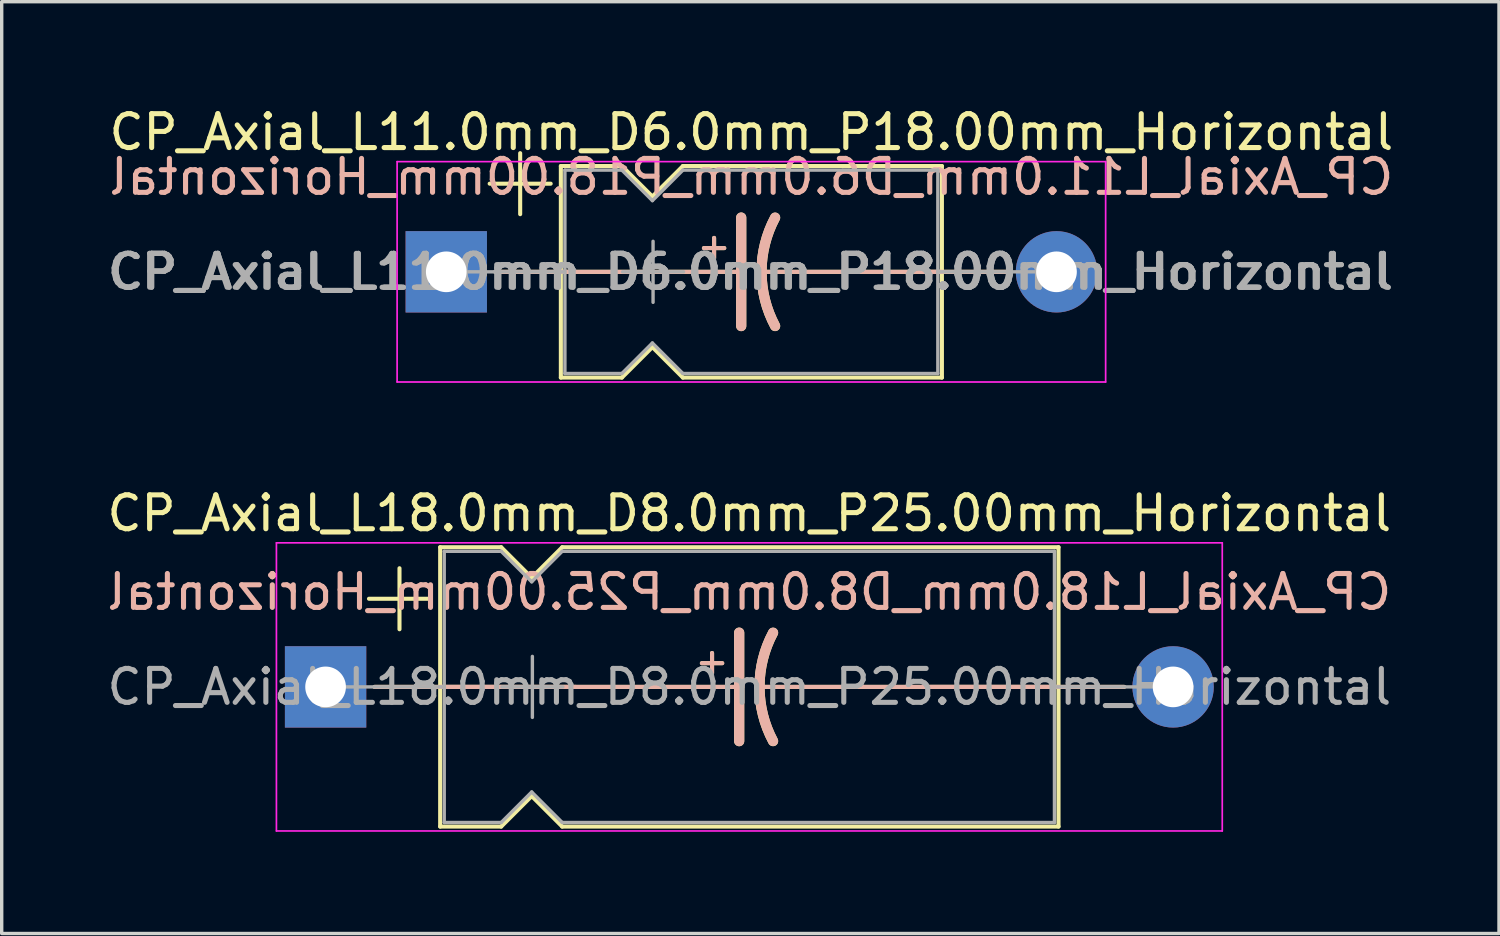
<source format=kicad_pcb>
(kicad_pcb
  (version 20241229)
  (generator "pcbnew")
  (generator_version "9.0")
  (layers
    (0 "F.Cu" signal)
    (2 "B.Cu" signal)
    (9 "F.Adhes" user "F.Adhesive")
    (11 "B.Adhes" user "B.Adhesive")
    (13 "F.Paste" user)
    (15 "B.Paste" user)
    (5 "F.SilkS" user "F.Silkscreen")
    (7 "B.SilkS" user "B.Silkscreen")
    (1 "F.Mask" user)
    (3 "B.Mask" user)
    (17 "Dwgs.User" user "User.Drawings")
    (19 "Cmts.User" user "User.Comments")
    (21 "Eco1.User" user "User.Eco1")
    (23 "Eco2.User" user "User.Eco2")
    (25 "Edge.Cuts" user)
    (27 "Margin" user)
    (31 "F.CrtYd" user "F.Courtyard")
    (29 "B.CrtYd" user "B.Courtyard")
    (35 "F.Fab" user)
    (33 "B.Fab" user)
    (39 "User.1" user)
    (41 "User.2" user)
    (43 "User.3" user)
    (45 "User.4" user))
  (footprint "CP_Axial_L11.0mm_D6.0mm_P18.00mm_Horizontal"
    (layer "F.Cu")
    (at 10.114 4.968)
    (property "Reference" "CP_Axial_L11.0mm_D6.0mm_P18.00mm_Horizontal" (at 9 -4.12 0) (layer "F.SilkS") (effects (font (size 1 1) (thickness 0.15))))
    (fp_line (start 1.28 -2.6) (end 3.08 -2.6) (stroke (width 0.12) (type solid)) (layer "F.SilkS"))
    (fp_line (start 1.44 0) (end 3.38 0) (stroke (width 0.12) (type solid)) (layer "F.SilkS"))
    (fp_line (start 2.18 -3.5) (end 2.18 -1.7) (stroke (width 0.12) (type solid)) (layer "F.SilkS"))
    (fp_line (start 3.38 -3.12) (end 3.38 3.12) (stroke (width 0.12) (type solid)) (layer "F.SilkS"))
    (fp_line (start 3.38 -3.12) (end 5.18 -3.12) (stroke (width 0.12) (type solid)) (layer "F.SilkS"))
    (fp_line (start 3.38 0) (end 8.7 0) (stroke (width 0.12) (type solid)) (layer "F.SilkS"))
    (fp_line (start 3.38 3.12) (end 5.18 3.12) (stroke (width 0.12) (type solid)) (layer "F.SilkS"))
    (fp_line (start 5.18 -3.12) (end 6.08 -2.22) (stroke (width 0.12) (type solid)) (layer "F.SilkS"))
    (fp_line (start 5.18 3.12) (end 6.08 2.22) (stroke (width 0.12) (type solid)) (layer "F.SilkS"))
    (fp_line (start 6.08 -2.22) (end 6.98 -3.12) (stroke (width 0.12) (type solid)) (layer "F.SilkS"))
    (fp_line (start 6.08 2.22) (end 6.98 3.12) (stroke (width 0.12) (type solid)) (layer "F.SilkS"))
    (fp_line (start 6.98 -3.12) (end 14.62 -3.12) (stroke (width 0.12) (type solid)) (layer "F.SilkS"))
    (fp_line (start 6.98 3.12) (end 14.62 3.12) (stroke (width 0.12) (type solid)) (layer "F.SilkS"))
    (fp_line (start 7.6 -0.7) (end 8.2 -0.7) (stroke (width 0.12) (type solid)) (layer "F.SilkS"))
    (fp_line (start 7.9 -1) (end 7.9 -0.4) (stroke (width 0.12) (type solid)) (layer "F.SilkS"))
    (fp_line (start 8.7 0) (end 8.7 -1.6) (stroke (width 0.3) (type solid)) (layer "F.SilkS"))
    (fp_line (start 8.7 0) (end 8.7 1.6) (stroke (width 0.3) (type solid)) (layer "F.SilkS"))
    (fp_line (start 14.62 -3.12) (end 14.62 3.12) (stroke (width 0.12) (type solid)) (layer "F.SilkS"))
    (fp_line (start 14.62 0) (end 9.3 0) (stroke (width 0.12) (type solid)) (layer "F.SilkS"))
    (fp_line (start 16.56 0) (end 14.62 0) (stroke (width 0.12) (type solid)) (layer "F.SilkS"))
    (fp_arc (start 9.3 0) (mid 9.401652 -0.822725) (end 9.7 -1.596157) (stroke (width 0.3) (type solid)) (layer "F.SilkS"))
    (fp_arc (start 9.7 1.6) (mid 9.400523 0.82487) (end 9.3 0) (stroke (width 0.3) (type solid)) (layer "F.SilkS"))
    (fp_line (start 1.45 0) (end 3.83 0) (stroke (width 0.12) (type solid)) (layer "B.SilkS"))
    (fp_line (start 3.38 0) (end 8.7 0) (stroke (width 0.12) (type solid)) (layer "B.SilkS"))
    (fp_line (start 7.6 -0.7) (end 8.2 -0.7) (stroke (width 0.12) (type solid)) (layer "B.SilkS"))
    (fp_line (start 7.9 -0.4) (end 7.9 -1) (stroke (width 0.12) (type solid)) (layer "B.SilkS"))
    (fp_line (start 8.7 0) (end 8.7 -1.6) (stroke (width 0.3) (type solid)) (layer "B.SilkS"))
    (fp_line (start 8.7 0) (end 8.7 1.6) (stroke (width 0.3) (type solid)) (layer "B.SilkS"))
    (fp_line (start 14.62 0) (end 9.3 0) (stroke (width 0.12) (type solid)) (layer "B.SilkS"))
    (fp_line (start 16.55 0) (end 14.07 0) (stroke (width 0.12) (type solid)) (layer "B.SilkS"))
    (fp_arc (start 9.3 0) (mid 9.400512 -0.824873) (end 9.7 -1.6) (stroke (width 0.3) (type solid)) (layer "B.SilkS"))
    (fp_arc (start 9.7 1.596157) (mid 9.401652 0.822725) (end 9.3 0) (stroke (width 0.3) (type solid)) (layer "B.SilkS"))
    (fp_line (start -1.45 -3.25) (end -1.45 3.25) (stroke (width 0.05) (type solid)) (layer "F.CrtYd"))
    (fp_line (start -1.45 3.25) (end 19.45 3.25) (stroke (width 0.05) (type solid)) (layer "F.CrtYd"))
    (fp_line (start 19.45 -3.25) (end -1.45 -3.25) (stroke (width 0.05) (type solid)) (layer "F.CrtYd"))
    (fp_line (start 19.45 3.25) (end 19.45 -3.25) (stroke (width 0.05) (type solid)) (layer "F.CrtYd"))
    (fp_line (start 0 0) (end 3.5 0) (stroke (width 0.1) (type solid)) (layer "F.Fab"))
    (fp_line (start 3.5 -3) (end 3.5 3) (stroke (width 0.1) (type solid)) (layer "F.Fab"))
    (fp_line (start 3.5 -3) (end 5.18 -3) (stroke (width 0.1) (type solid)) (layer "F.Fab"))
    (fp_line (start 3.5 3) (end 5.18 3) (stroke (width 0.1) (type solid)) (layer "F.Fab"))
    (fp_line (start 5.18 -3) (end 6.08 -2.1) (stroke (width 0.1) (type solid)) (layer "F.Fab"))
    (fp_line (start 5.18 3) (end 6.08 2.1) (stroke (width 0.1) (type solid)) (layer "F.Fab"))
    (fp_line (start 5.2 0) (end 7 0) (stroke (width 0.1) (type solid)) (layer "F.Fab"))
    (fp_line (start 6.08 -2.1) (end 6.98 -3) (stroke (width 0.1) (type solid)) (layer "F.Fab"))
    (fp_line (start 6.08 2.1) (end 6.98 3) (stroke (width 0.1) (type solid)) (layer "F.Fab"))
    (fp_line (start 6.1 -0.9) (end 6.1 0.9) (stroke (width 0.1) (type solid)) (layer "F.Fab"))
    (fp_line (start 6.98 -3) (end 14.5 -3) (stroke (width 0.1) (type solid)) (layer "F.Fab"))
    (fp_line (start 6.98 3) (end 14.5 3) (stroke (width 0.1) (type solid)) (layer "F.Fab"))
    (fp_line (start 14.5 -3) (end 14.5 3) (stroke (width 0.1) (type solid)) (layer "F.Fab"))
    (fp_line (start 18 0) (end 14.5 0) (stroke (width 0.1) (type solid)) (layer "F.Fab"))
    (fp_text user "${REFERENCE}" (at 9 -2.8 0) (layer "B.SilkS") (effects (font (size 1 1) (thickness 0.15)) (justify mirror)))
    (fp_text user "${REFERENCE}" (at 9 0 0) (layer "F.Fab") (effects (font (size 1 1) (thickness 0.15))))
    (fp_text user "${REFERENCE}" (at 8.94 0 0) (layer "F.Fab") (effects (font (size 1 1) (thickness 0.15))))
    (fp_text user "${REFERENCE}" (at 9 0 0) (layer "F.Fab") (effects (font (size 1 1) (thickness 0.15))))
    (pad "1" thru_hole rect (at 0 0) (size 2.4 2.4) (drill 1.2) (layers "*.Cu" "*.Mask"))
    (pad "2" thru_hole oval (at 18 0) (size 2.4 2.4) (drill 1.2) (layers "*.Cu" "*.Mask")))
  (footprint "CP_Axial_L18.0mm_D8.0mm_P25.00mm_Horizontal"
    (layer "F.Cu")
    (at 6.554 17.212)
    (property "Reference" "CP_Axial_L18.0mm_D8.0mm_P25.00mm_Horizontal" (at 12.5 -5.12 0) (layer "F.SilkS") (effects (font (size 1 1) (thickness 0.15))))
    (fp_line (start 1.28 -2.6) (end 3.08 -2.6) (stroke (width 0.12) (type solid)) (layer "F.SilkS"))
    (fp_line (start 1.44 0) (end 3.38 0) (stroke (width 0.12) (type solid)) (layer "F.SilkS"))
    (fp_line (start 2.18 -3.5) (end 2.18 -1.7) (stroke (width 0.12) (type solid)) (layer "F.SilkS"))
    (fp_line (start 3.38 -4.12) (end 3.38 4.12) (stroke (width 0.12) (type solid)) (layer "F.SilkS"))
    (fp_line (start 3.38 -4.12) (end 5.18 -4.12) (stroke (width 0.12) (type solid)) (layer "F.SilkS"))
    (fp_line (start 3.38 0) (end 12.2 0) (stroke (width 0.12) (type solid)) (layer "F.SilkS"))
    (fp_line (start 3.38 4.12) (end 5.18 4.12) (stroke (width 0.12) (type solid)) (layer "F.SilkS"))
    (fp_line (start 5.18 -4.12) (end 6.08 -3.22) (stroke (width 0.12) (type solid)) (layer "F.SilkS"))
    (fp_line (start 5.18 4.12) (end 6.08 3.22) (stroke (width 0.12) (type solid)) (layer "F.SilkS"))
    (fp_line (start 6.08 -3.22) (end 6.98 -4.12) (stroke (width 0.12) (type solid)) (layer "F.SilkS"))
    (fp_line (start 6.08 3.22) (end 6.98 4.12) (stroke (width 0.12) (type solid)) (layer "F.SilkS"))
    (fp_line (start 6.98 -4.12) (end 21.62 -4.12) (stroke (width 0.12) (type solid)) (layer "F.SilkS"))
    (fp_line (start 6.98 4.12) (end 21.62 4.12) (stroke (width 0.12) (type solid)) (layer "F.SilkS"))
    (fp_line (start 11.1 -0.7) (end 11.7 -0.7) (stroke (width 0.12) (type solid)) (layer "F.SilkS"))
    (fp_line (start 11.4 -1) (end 11.4 -0.4) (stroke (width 0.12) (type solid)) (layer "F.SilkS"))
    (fp_line (start 12.2 0) (end 12.2 -1.6) (stroke (width 0.3) (type solid)) (layer "F.SilkS"))
    (fp_line (start 12.2 0) (end 12.2 1.6) (stroke (width 0.3) (type solid)) (layer "F.SilkS"))
    (fp_line (start 21.62 -4.12) (end 21.62 4.12) (stroke (width 0.12) (type solid)) (layer "F.SilkS"))
    (fp_line (start 21.62 0) (end 12.8 0) (stroke (width 0.12) (type solid)) (layer "F.SilkS"))
    (fp_line (start 23.56 0) (end 21.62 0) (stroke (width 0.12) (type solid)) (layer "F.SilkS"))
    (fp_arc (start 12.8 0) (mid 12.901652 -0.822725) (end 13.2 -1.596157) (stroke (width 0.3) (type solid)) (layer "F.SilkS"))
    (fp_arc (start 13.2 1.6) (mid 12.900523 0.824869) (end 12.8 0) (stroke (width 0.3) (type solid)) (layer "F.SilkS"))
    (fp_line (start 1.45 0) (end 7.38 0) (stroke (width 0.12) (type solid)) (layer "B.SilkS"))
    (fp_line (start 3.38 0) (end 12.2 0) (stroke (width 0.12) (type solid)) (layer "B.SilkS"))
    (fp_line (start 11.1 -0.7) (end 11.7 -0.7) (stroke (width 0.12) (type solid)) (layer "B.SilkS"))
    (fp_line (start 11.4 -0.4) (end 11.4 -1) (stroke (width 0.12) (type solid)) (layer "B.SilkS"))
    (fp_line (start 12.2 0) (end 12.2 -1.6) (stroke (width 0.3) (type solid)) (layer "B.SilkS"))
    (fp_line (start 12.2 0) (end 12.2 1.6) (stroke (width 0.3) (type solid)) (layer "B.SilkS"))
    (fp_line (start 21.62 0) (end 12.8 0) (stroke (width 0.12) (type solid)) (layer "B.SilkS"))
    (fp_line (start 23.55 0) (end 17.62 0) (stroke (width 0.12) (type solid)) (layer "B.SilkS"))
    (fp_arc (start 12.8 0) (mid 12.900523 -0.824869) (end 13.2 -1.6) (stroke (width 0.3) (type solid)) (layer "B.SilkS"))
    (fp_arc (start 13.2 1.596157) (mid 12.901652 0.822725) (end 12.8 0) (stroke (width 0.3) (type solid)) (layer "B.SilkS"))
    (fp_line (start -1.45 -4.25) (end -1.45 4.25) (stroke (width 0.05) (type solid)) (layer "F.CrtYd"))
    (fp_line (start -1.45 4.25) (end 26.45 4.25) (stroke (width 0.05) (type solid)) (layer "F.CrtYd"))
    (fp_line (start 26.45 -4.25) (end -1.45 -4.25) (stroke (width 0.05) (type solid)) (layer "F.CrtYd"))
    (fp_line (start 26.45 4.25) (end 26.45 -4.25) (stroke (width 0.05) (type solid)) (layer "F.CrtYd"))
    (fp_line (start 0 0) (end 3.5 0) (stroke (width 0.1) (type solid)) (layer "F.Fab"))
    (fp_line (start 3.5 -4) (end 3.5 4) (stroke (width 0.1) (type solid)) (layer "F.Fab"))
    (fp_line (start 3.5 -4) (end 5.18 -4) (stroke (width 0.1) (type solid)) (layer "F.Fab"))
    (fp_line (start 3.5 4) (end 5.18 4) (stroke (width 0.1) (type solid)) (layer "F.Fab"))
    (fp_line (start 5.18 -4) (end 6.08 -3.1) (stroke (width 0.1) (type solid)) (layer "F.Fab"))
    (fp_line (start 5.18 4) (end 6.08 3.1) (stroke (width 0.1) (type solid)) (layer "F.Fab"))
    (fp_line (start 5.2 0) (end 7 0) (stroke (width 0.1) (type solid)) (layer "F.Fab"))
    (fp_line (start 6.08 -3.1) (end 6.98 -4) (stroke (width 0.1) (type solid)) (layer "F.Fab"))
    (fp_line (start 6.08 3.1) (end 6.98 4) (stroke (width 0.1) (type solid)) (layer "F.Fab"))
    (fp_line (start 6.1 -0.9) (end 6.1 0.9) (stroke (width 0.1) (type solid)) (layer "F.Fab"))
    (fp_line (start 6.98 -4) (end 21.5 -4) (stroke (width 0.1) (type solid)) (layer "F.Fab"))
    (fp_line (start 6.98 4) (end 21.5 4) (stroke (width 0.1) (type solid)) (layer "F.Fab"))
    (fp_line (start 21.5 -4) (end 21.5 4) (stroke (width 0.1) (type solid)) (layer "F.Fab"))
    (fp_line (start 25 0) (end 21.5 0) (stroke (width 0.1) (type solid)) (layer "F.Fab"))
    (fp_text user "${REFERENCE}" (at 12.5 -2.8 0) (layer "B.SilkS") (effects (font (size 1 1) (thickness 0.15)) (justify mirror)))
    (fp_text user "${REFERENCE}" (at 12.5 0 0) (layer "F.Fab") (effects (font (size 1 1) (thickness 0.15))))
    (pad "1" thru_hole rect (at 0 0) (size 2.4 2.4) (drill 1.2) (layers "*.Cu" "*.Mask"))
    (pad "2" thru_hole oval (at 25 0) (size 2.4 2.4) (drill 1.2) (layers "*.Cu" "*.Mask")))
  (gr_rect
    (start -3 -3)
    (end 41.167 24.486)
    (stroke (width 0.1) (type default))
    (fill no)
    (layer "Edge.Cuts")))
</source>
